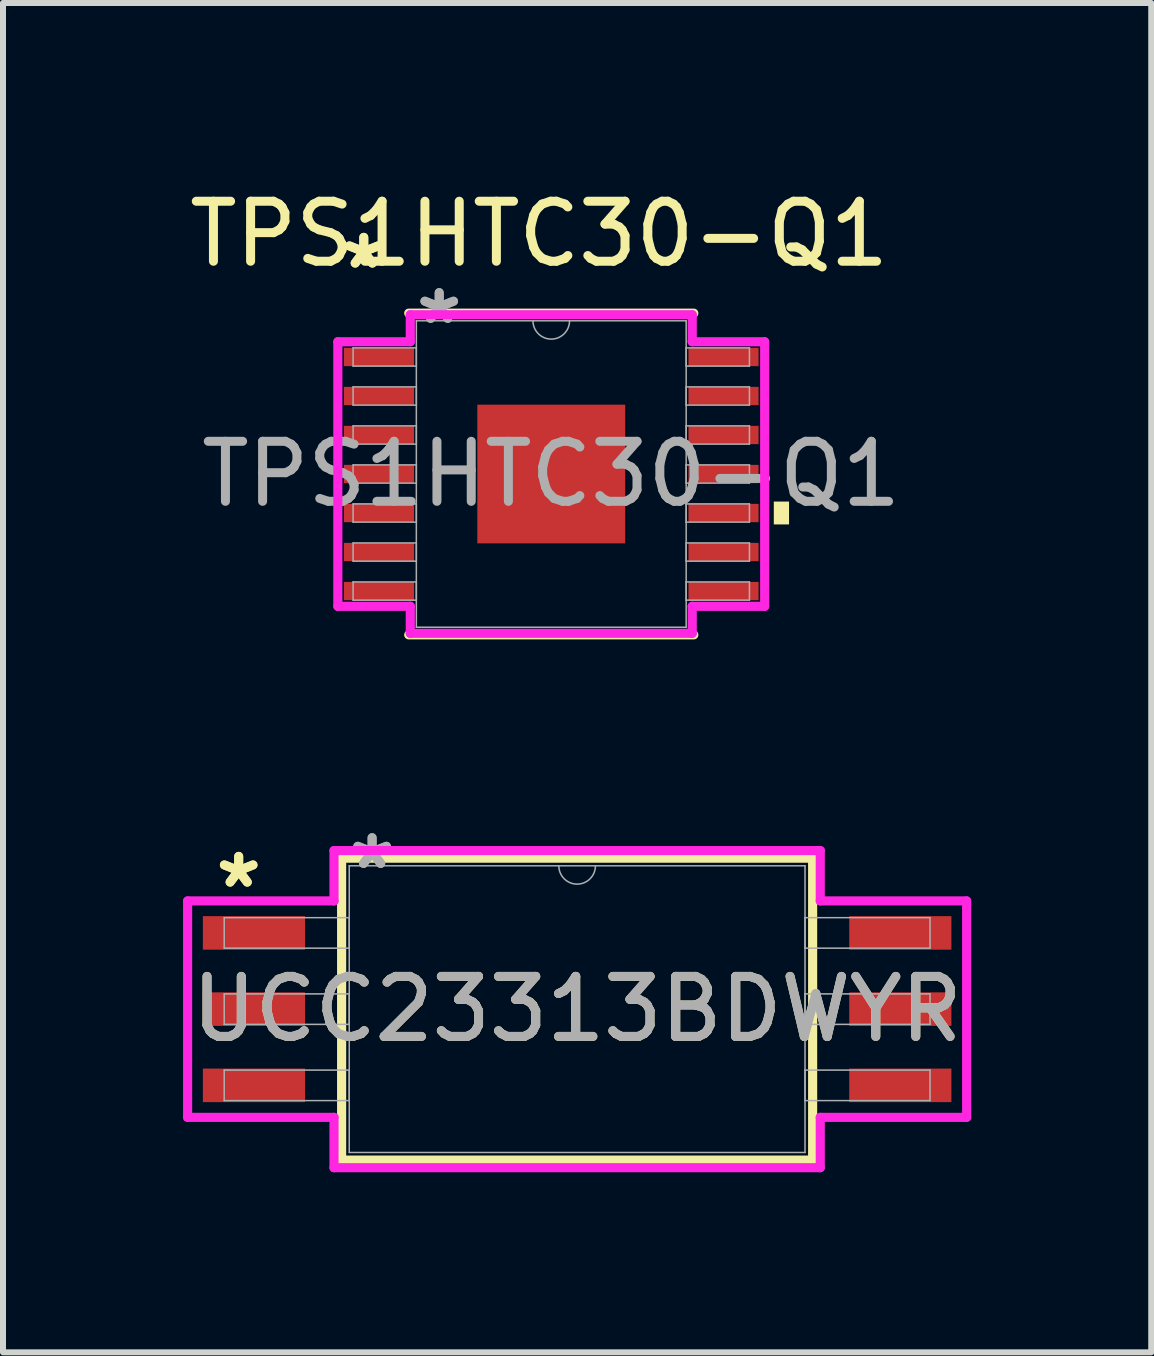
<source format=kicad_pcb>
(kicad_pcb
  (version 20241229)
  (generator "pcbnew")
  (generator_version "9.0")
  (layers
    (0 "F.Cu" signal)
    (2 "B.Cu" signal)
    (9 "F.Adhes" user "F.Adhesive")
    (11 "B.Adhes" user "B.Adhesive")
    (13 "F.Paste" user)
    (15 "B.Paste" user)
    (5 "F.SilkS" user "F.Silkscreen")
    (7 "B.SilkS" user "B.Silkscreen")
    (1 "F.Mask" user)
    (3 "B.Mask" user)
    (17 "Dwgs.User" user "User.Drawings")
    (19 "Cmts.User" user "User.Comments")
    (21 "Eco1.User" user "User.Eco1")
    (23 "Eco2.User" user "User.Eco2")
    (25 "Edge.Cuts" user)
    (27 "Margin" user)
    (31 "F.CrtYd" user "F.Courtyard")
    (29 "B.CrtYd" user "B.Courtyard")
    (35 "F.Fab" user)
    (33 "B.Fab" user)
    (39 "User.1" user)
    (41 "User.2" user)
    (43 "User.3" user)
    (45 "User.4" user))
  (footprint "TPS1HTC30-Q1"
    (layer "F.Cu")
    (at 6.135 4.848)
    (property "Reference" "TPS1HTC30-Q1" (at -0.2 -4 0) (unlocked yes) (layer "F.SilkS") (effects (font (size 1 1) (thickness 0.15))))
    (attr smd)
    (fp_line (start -2.375 2.68) (end 2.375 2.68) (stroke (width 0.152) (type solid)) (layer "F.SilkS"))
    (fp_line (start 2.375 -2.68) (end -2.375 -2.68) (stroke (width 0.152) (type solid)) (layer "F.SilkS"))
    (fp_poly (pts (xy 3.962 0.459) (xy 3.962 0.84) (xy 3.708 0.84) (xy 3.708 0.459)) (stroke (width 0) (type solid)) (fill yes) (layer "F.SilkS"))
    (fp_line (start -3.556 -2.204) (end -2.349 -2.204) (stroke (width 0.152) (type solid)) (layer "F.CrtYd"))
    (fp_line (start -3.556 2.204) (end -3.556 -2.204) (stroke (width 0.152) (type solid)) (layer "F.CrtYd"))
    (fp_line (start -3.556 2.204) (end -2.349 2.204) (stroke (width 0.152) (type solid)) (layer "F.CrtYd"))
    (fp_line (start -2.349 -2.654) (end 2.349 -2.654) (stroke (width 0.152) (type solid)) (layer "F.CrtYd"))
    (fp_line (start -2.349 -2.204) (end -2.349 -2.654) (stroke (width 0.152) (type solid)) (layer "F.CrtYd"))
    (fp_line (start -2.349 2.654) (end -2.349 2.204) (stroke (width 0.152) (type solid)) (layer "F.CrtYd"))
    (fp_line (start 2.349 -2.654) (end 2.349 -2.204) (stroke (width 0.152) (type solid)) (layer "F.CrtYd"))
    (fp_line (start 2.349 2.204) (end 2.349 2.654) (stroke (width 0.152) (type solid)) (layer "F.CrtYd"))
    (fp_line (start 2.349 2.654) (end -2.349 2.654) (stroke (width 0.152) (type solid)) (layer "F.CrtYd"))
    (fp_line (start 3.556 -2.204) (end 2.349 -2.204) (stroke (width 0.152) (type solid)) (layer "F.CrtYd"))
    (fp_line (start 3.556 -2.204) (end 3.556 2.204) (stroke (width 0.152) (type solid)) (layer "F.CrtYd"))
    (fp_line (start 3.556 2.204) (end 2.349 2.204) (stroke (width 0.152) (type solid)) (layer "F.CrtYd"))
    (fp_line (start -3.302 -2.102) (end -3.302 -1.798) (stroke (width 0.025) (type solid)) (layer "F.Fab"))
    (fp_line (start -3.302 -1.798) (end -2.248 -1.798) (stroke (width 0.025) (type solid)) (layer "F.Fab"))
    (fp_line (start -3.302 -1.452) (end -3.302 -1.148) (stroke (width 0.025) (type solid)) (layer "F.Fab"))
    (fp_line (start -3.302 -1.148) (end -2.248 -1.148) (stroke (width 0.025) (type solid)) (layer "F.Fab"))
    (fp_line (start -3.302 -0.802) (end -3.302 -0.498) (stroke (width 0.025) (type solid)) (layer "F.Fab"))
    (fp_line (start -3.302 -0.498) (end -2.248 -0.498) (stroke (width 0.025) (type solid)) (layer "F.Fab"))
    (fp_line (start -3.302 -0.152) (end -3.302 0.152) (stroke (width 0.025) (type solid)) (layer "F.Fab"))
    (fp_line (start -3.302 0.152) (end -2.248 0.152) (stroke (width 0.025) (type solid)) (layer "F.Fab"))
    (fp_line (start -3.302 0.498) (end -3.302 0.802) (stroke (width 0.025) (type solid)) (layer "F.Fab"))
    (fp_line (start -3.302 0.802) (end -2.248 0.802) (stroke (width 0.025) (type solid)) (layer "F.Fab"))
    (fp_line (start -3.302 1.148) (end -3.302 1.452) (stroke (width 0.025) (type solid)) (layer "F.Fab"))
    (fp_line (start -3.302 1.452) (end -2.248 1.452) (stroke (width 0.025) (type solid)) (layer "F.Fab"))
    (fp_line (start -3.302 1.798) (end -3.302 2.102) (stroke (width 0.025) (type solid)) (layer "F.Fab"))
    (fp_line (start -3.302 2.102) (end -2.248 2.102) (stroke (width 0.025) (type solid)) (layer "F.Fab"))
    (fp_line (start -2.248 -2.553) (end -2.248 2.553) (stroke (width 0.025) (type solid)) (layer "F.Fab"))
    (fp_line (start -2.248 -2.102) (end -3.302 -2.102) (stroke (width 0.025) (type solid)) (layer "F.Fab"))
    (fp_line (start -2.248 -1.798) (end -2.248 -2.102) (stroke (width 0.025) (type solid)) (layer "F.Fab"))
    (fp_line (start -2.248 -1.452) (end -3.302 -1.452) (stroke (width 0.025) (type solid)) (layer "F.Fab"))
    (fp_line (start -2.248 -1.148) (end -2.248 -1.452) (stroke (width 0.025) (type solid)) (layer "F.Fab"))
    (fp_line (start -2.248 -0.802) (end -3.302 -0.802) (stroke (width 0.025) (type solid)) (layer "F.Fab"))
    (fp_line (start -2.248 -0.498) (end -2.248 -0.802) (stroke (width 0.025) (type solid)) (layer "F.Fab"))
    (fp_line (start -2.248 -0.152) (end -3.302 -0.152) (stroke (width 0.025) (type solid)) (layer "F.Fab"))
    (fp_line (start -2.248 0.152) (end -2.248 -0.152) (stroke (width 0.025) (type solid)) (layer "F.Fab"))
    (fp_line (start -2.248 0.498) (end -3.302 0.498) (stroke (width 0.025) (type solid)) (layer "F.Fab"))
    (fp_line (start -2.248 0.802) (end -2.248 0.498) (stroke (width 0.025) (type solid)) (layer "F.Fab"))
    (fp_line (start -2.248 1.148) (end -3.302 1.148) (stroke (width 0.025) (type solid)) (layer "F.Fab"))
    (fp_line (start -2.248 1.452) (end -2.248 1.148) (stroke (width 0.025) (type solid)) (layer "F.Fab"))
    (fp_line (start -2.248 1.798) (end -3.302 1.798) (stroke (width 0.025) (type solid)) (layer "F.Fab"))
    (fp_line (start -2.248 2.102) (end -2.248 1.798) (stroke (width 0.025) (type solid)) (layer "F.Fab"))
    (fp_line (start -2.248 2.553) (end 2.248 2.553) (stroke (width 0.025) (type solid)) (layer "F.Fab"))
    (fp_line (start 2.248 -2.553) (end -2.248 -2.553) (stroke (width 0.025) (type solid)) (layer "F.Fab"))
    (fp_line (start 2.248 -2.102) (end 2.248 -1.798) (stroke (width 0.025) (type solid)) (layer "F.Fab"))
    (fp_line (start 2.248 -1.798) (end 3.302 -1.798) (stroke (width 0.025) (type solid)) (layer "F.Fab"))
    (fp_line (start 2.248 -1.452) (end 2.248 -1.148) (stroke (width 0.025) (type solid)) (layer "F.Fab"))
    (fp_line (start 2.248 -1.148) (end 3.302 -1.148) (stroke (width 0.025) (type solid)) (layer "F.Fab"))
    (fp_line (start 2.248 -0.802) (end 2.248 -0.498) (stroke (width 0.025) (type solid)) (layer "F.Fab"))
    (fp_line (start 2.248 -0.498) (end 3.302 -0.498) (stroke (width 0.025) (type solid)) (layer "F.Fab"))
    (fp_line (start 2.248 -0.152) (end 2.248 0.152) (stroke (width 0.025) (type solid)) (layer "F.Fab"))
    (fp_line (start 2.248 0.152) (end 3.302 0.152) (stroke (width 0.025) (type solid)) (layer "F.Fab"))
    (fp_line (start 2.248 0.498) (end 2.248 0.802) (stroke (width 0.025) (type solid)) (layer "F.Fab"))
    (fp_line (start 2.248 0.802) (end 3.302 0.802) (stroke (width 0.025) (type solid)) (layer "F.Fab"))
    (fp_line (start 2.248 1.148) (end 2.248 1.452) (stroke (width 0.025) (type solid)) (layer "F.Fab"))
    (fp_line (start 2.248 1.452) (end 3.302 1.452) (stroke (width 0.025) (type solid)) (layer "F.Fab"))
    (fp_line (start 2.248 1.798) (end 2.248 2.102) (stroke (width 0.025) (type solid)) (layer "F.Fab"))
    (fp_line (start 2.248 2.102) (end 3.302 2.102) (stroke (width 0.025) (type solid)) (layer "F.Fab"))
    (fp_line (start 2.248 2.553) (end 2.248 -2.553) (stroke (width 0.025) (type solid)) (layer "F.Fab"))
    (fp_line (start 3.302 -2.102) (end 2.248 -2.102) (stroke (width 0.025) (type solid)) (layer "F.Fab"))
    (fp_line (start 3.302 -1.798) (end 3.302 -2.102) (stroke (width 0.025) (type solid)) (layer "F.Fab"))
    (fp_line (start 3.302 -1.452) (end 2.248 -1.452) (stroke (width 0.025) (type solid)) (layer "F.Fab"))
    (fp_line (start 3.302 -1.148) (end 3.302 -1.452) (stroke (width 0.025) (type solid)) (layer "F.Fab"))
    (fp_line (start 3.302 -0.802) (end 2.248 -0.802) (stroke (width 0.025) (type solid)) (layer "F.Fab"))
    (fp_line (start 3.302 -0.498) (end 3.302 -0.802) (stroke (width 0.025) (type solid)) (layer "F.Fab"))
    (fp_line (start 3.302 -0.152) (end 2.248 -0.152) (stroke (width 0.025) (type solid)) (layer "F.Fab"))
    (fp_line (start 3.302 0.152) (end 3.302 -0.152) (stroke (width 0.025) (type solid)) (layer "F.Fab"))
    (fp_line (start 3.302 0.498) (end 2.248 0.498) (stroke (width 0.025) (type solid)) (layer "F.Fab"))
    (fp_line (start 3.302 0.802) (end 3.302 0.498) (stroke (width 0.025) (type solid)) (layer "F.Fab"))
    (fp_line (start 3.302 1.148) (end 2.248 1.148) (stroke (width 0.025) (type solid)) (layer "F.Fab"))
    (fp_line (start 3.302 1.452) (end 3.302 1.148) (stroke (width 0.025) (type solid)) (layer "F.Fab"))
    (fp_line (start 3.302 1.798) (end 2.248 1.798) (stroke (width 0.025) (type solid)) (layer "F.Fab"))
    (fp_line (start 3.302 2.102) (end 3.302 1.798) (stroke (width 0.025) (type solid)) (layer "F.Fab"))
    (fp_arc (start 0.3048 -2.5527) (mid 0 -2.2479) (end -0.3048 -2.5527) (stroke (width 0.0254) (type solid)) (layer "F.Fab"))
    (fp_text user "*" (at -3.124 -3.398 0) (layer "F.SilkS") (effects (font (size 1 1) (thickness 0.15))))
    (fp_text user "*" (at -3.124 -3.398 0) (unlocked yes) (layer "F.SilkS") (effects (font (size 1 1) (thickness 0.15))))
    (fp_text user "${REFERENCE}" (at 0 0 0) (unlocked yes) (layer "F.Fab") (effects (font (size 1 1) (thickness 0.15))))
    (fp_text user "*" (at -1.867 -2.477 0) (layer "F.Fab") (effects (font (size 1 1) (thickness 0.15))))
    (fp_text user "*" (at -1.867 -2.477 0) (unlocked yes) (layer "F.Fab") (effects (font (size 1 1) (thickness 0.15))))
    (pad "1" smd rect (at -2.87 -1.95) (size 1.168 0.305) (layers "F.Cu" "F.Mask" "F.Paste"))
    (pad "1" smd rect (at 0 0) (size 2.464 2.311) (layers "F.Cu" "F.Mask" "F.Paste"))
    (pad "2" smd rect (at -2.87 -1.3) (size 1.168 0.305) (layers "F.Cu" "F.Mask" "F.Paste"))
    (pad "3" smd rect (at -2.87 -0.65) (size 1.168 0.305) (layers "F.Cu" "F.Mask" "F.Paste"))
    (pad "4" smd rect (at -2.87 0) (size 1.168 0.305) (layers "F.Cu" "F.Mask" "F.Paste"))
    (pad "5" smd rect (at -2.87 0.65) (size 1.168 0.305) (layers "F.Cu" "F.Mask" "F.Paste"))
    (pad "6" smd rect (at -2.87 1.3) (size 1.168 0.305) (layers "F.Cu" "F.Mask" "F.Paste"))
    (pad "7" smd rect (at -2.87 1.95) (size 1.168 0.305) (layers "F.Cu" "F.Mask" "F.Paste"))
    (pad "8" smd rect (at 2.87 1.95) (size 1.168 0.305) (layers "F.Cu" "F.Mask" "F.Paste"))
    (pad "9" smd rect (at 2.87 1.3) (size 1.168 0.305) (layers "F.Cu" "F.Mask" "F.Paste"))
    (pad "10" smd rect (at 2.87 0.65) (size 1.168 0.305) (layers "F.Cu" "F.Mask" "F.Paste"))
    (pad "11" smd rect (at 2.87 0) (size 1.168 0.305) (layers "F.Cu" "F.Mask" "F.Paste"))
    (pad "12" smd rect (at 2.87 -0.65) (size 1.168 0.305) (layers "F.Cu" "F.Mask" "F.Paste"))
    (pad "13" smd rect (at 2.87 -1.3) (size 1.168 0.305) (layers "F.Cu" "F.Mask" "F.Paste"))
    (pad "14" smd rect (at 2.87 -1.95) (size 1.168 0.305) (layers "F.Cu" "F.Mask" "F.Paste")))
  (footprint "UCC23313BDWYR"
    (layer "F.Cu")
    (at 6.566 13.764)
    (property "Reference" "UCC23313BDWYR" (at 0 0 0) (unlocked yes) (layer "F.SilkS") (effects (font (size 1 1) (thickness 0.15))))
    (attr smd)
    (fp_line (start -3.924 -2.515) (end -3.924 2.515) (stroke (width 0.152) (type solid)) (layer "F.SilkS"))
    (fp_line (start -3.924 2.515) (end 3.924 2.515) (stroke (width 0.152) (type solid)) (layer "F.SilkS"))
    (fp_line (start 3.924 -2.515) (end -3.924 -2.515) (stroke (width 0.152) (type solid)) (layer "F.SilkS"))
    (fp_line (start 3.924 2.515) (end 3.924 -2.515) (stroke (width 0.152) (type solid)) (layer "F.SilkS"))
    (fp_line (start -6.49 -1.803) (end -4.051 -1.803) (stroke (width 0.152) (type solid)) (layer "F.CrtYd"))
    (fp_line (start -6.49 1.803) (end -6.49 -1.803) (stroke (width 0.152) (type solid)) (layer "F.CrtYd"))
    (fp_line (start -6.49 1.803) (end -4.051 1.803) (stroke (width 0.152) (type solid)) (layer "F.CrtYd"))
    (fp_line (start -4.051 -2.642) (end 4.051 -2.642) (stroke (width 0.152) (type solid)) (layer "F.CrtYd"))
    (fp_line (start -4.051 -1.803) (end -4.051 -2.642) (stroke (width 0.152) (type solid)) (layer "F.CrtYd"))
    (fp_line (start -4.051 2.642) (end -4.051 1.803) (stroke (width 0.152) (type solid)) (layer "F.CrtYd"))
    (fp_line (start 4.051 -2.642) (end 4.051 -1.803) (stroke (width 0.152) (type solid)) (layer "F.CrtYd"))
    (fp_line (start 4.051 1.803) (end 4.051 2.642) (stroke (width 0.152) (type solid)) (layer "F.CrtYd"))
    (fp_line (start 4.051 2.642) (end -4.051 2.642) (stroke (width 0.152) (type solid)) (layer "F.CrtYd"))
    (fp_line (start 6.49 -1.803) (end 4.051 -1.803) (stroke (width 0.152) (type solid)) (layer "F.CrtYd"))
    (fp_line (start 6.49 -1.803) (end 6.49 1.803) (stroke (width 0.152) (type solid)) (layer "F.CrtYd"))
    (fp_line (start 6.49 1.803) (end 4.051 1.803) (stroke (width 0.152) (type solid)) (layer "F.CrtYd"))
    (fp_line (start -5.88 -1.524) (end -5.88 -1.016) (stroke (width 0.025) (type solid)) (layer "F.Fab"))
    (fp_line (start -5.88 -1.016) (end -3.797 -1.016) (stroke (width 0.025) (type solid)) (layer "F.Fab"))
    (fp_line (start -5.88 -0.254) (end -5.88 0.254) (stroke (width 0.025) (type solid)) (layer "F.Fab"))
    (fp_line (start -5.88 0.254) (end -3.797 0.254) (stroke (width 0.025) (type solid)) (layer "F.Fab"))
    (fp_line (start -5.88 1.016) (end -5.88 1.524) (stroke (width 0.025) (type solid)) (layer "F.Fab"))
    (fp_line (start -5.88 1.524) (end -3.797 1.524) (stroke (width 0.025) (type solid)) (layer "F.Fab"))
    (fp_line (start -3.797 -2.388) (end -3.797 2.388) (stroke (width 0.025) (type solid)) (layer "F.Fab"))
    (fp_line (start -3.797 -1.524) (end -5.88 -1.524) (stroke (width 0.025) (type solid)) (layer "F.Fab"))
    (fp_line (start -3.797 -1.016) (end -3.797 -1.524) (stroke (width 0.025) (type solid)) (layer "F.Fab"))
    (fp_line (start -3.797 -0.254) (end -5.88 -0.254) (stroke (width 0.025) (type solid)) (layer "F.Fab"))
    (fp_line (start -3.797 0.254) (end -3.797 -0.254) (stroke (width 0.025) (type solid)) (layer "F.Fab"))
    (fp_line (start -3.797 1.016) (end -5.88 1.016) (stroke (width 0.025) (type solid)) (layer "F.Fab"))
    (fp_line (start -3.797 1.524) (end -3.797 1.016) (stroke (width 0.025) (type solid)) (layer "F.Fab"))
    (fp_line (start -3.797 2.388) (end 3.797 2.388) (stroke (width 0.025) (type solid)) (layer "F.Fab"))
    (fp_line (start 3.797 -2.388) (end -3.797 -2.388) (stroke (width 0.025) (type solid)) (layer "F.Fab"))
    (fp_line (start 3.797 -1.524) (end 3.797 -1.016) (stroke (width 0.025) (type solid)) (layer "F.Fab"))
    (fp_line (start 3.797 -1.016) (end 5.88 -1.016) (stroke (width 0.025) (type solid)) (layer "F.Fab"))
    (fp_line (start 3.797 -0.254) (end 3.797 0.254) (stroke (width 0.025) (type solid)) (layer "F.Fab"))
    (fp_line (start 3.797 0.254) (end 5.88 0.254) (stroke (width 0.025) (type solid)) (layer "F.Fab"))
    (fp_line (start 3.797 1.016) (end 3.797 1.524) (stroke (width 0.025) (type solid)) (layer "F.Fab"))
    (fp_line (start 3.797 1.524) (end 5.88 1.524) (stroke (width 0.025) (type solid)) (layer "F.Fab"))
    (fp_line (start 3.797 2.388) (end 3.797 -2.388) (stroke (width 0.025) (type solid)) (layer "F.Fab"))
    (fp_line (start 5.88 -1.524) (end 3.797 -1.524) (stroke (width 0.025) (type solid)) (layer "F.Fab"))
    (fp_line (start 5.88 -1.016) (end 5.88 -1.524) (stroke (width 0.025) (type solid)) (layer "F.Fab"))
    (fp_line (start 5.88 -0.254) (end 3.797 -0.254) (stroke (width 0.025) (type solid)) (layer "F.Fab"))
    (fp_line (start 5.88 0.254) (end 5.88 -0.254) (stroke (width 0.025) (type solid)) (layer "F.Fab"))
    (fp_line (start 5.88 1.016) (end 3.797 1.016) (stroke (width 0.025) (type solid)) (layer "F.Fab"))
    (fp_line (start 5.88 1.524) (end 5.88 1.016) (stroke (width 0.025) (type solid)) (layer "F.Fab"))
    (fp_arc (start 0.3048 -2.3876) (mid 0 -2.0828) (end -0.3048 -2.3876) (stroke (width 0.0254) (type solid)) (layer "F.Fab"))
    (fp_text user "*" (at -5.639 -2 0) (unlocked yes) (layer "F.SilkS") (effects (font (size 1 1) (thickness 0.15))))
    (fp_text user "*" (at -5.639 -2 0) (layer "F.SilkS") (effects (font (size 1 1) (thickness 0.15))))
    (fp_text user "*" (at -3.416 -2.311 0) (layer "F.Fab") (effects (font (size 1 1) (thickness 0.15))))
    (fp_text user "*" (at -3.416 -2.311 0) (unlocked yes) (layer "F.Fab") (effects (font (size 1 1) (thickness 0.15))))
    (fp_text user "${REFERENCE}" (at 0 0 0) (unlocked yes) (layer "F.Fab") (effects (font (size 1 1) (thickness 0.15))))
    (pad "1" smd rect (at -5.385 -1.27) (size 1.702 0.559) (layers "F.Cu" "F.Mask" "F.Paste"))
    (pad "2" smd rect (at -5.385 0) (size 1.702 0.559) (layers "F.Cu" "F.Mask" "F.Paste"))
    (pad "3" smd rect (at -5.385 1.27) (size 1.702 0.559) (layers "F.Cu" "F.Mask" "F.Paste"))
    (pad "4" smd rect (at 5.385 1.27) (size 1.702 0.559) (layers "F.Cu" "F.Mask" "F.Paste"))
    (pad "5" smd rect (at 5.385 0) (size 1.702 0.559) (layers "F.Cu" "F.Mask" "F.Paste"))
    (pad "6" smd rect (at 5.385 -1.27) (size 1.702 0.559) (layers "F.Cu" "F.Mask" "F.Paste")))
  (gr_rect
    (start -3 -3)
    (end 16.132 19.482)
    (stroke (width 0.1) (type default))
    (fill no)
    (layer "Edge.Cuts")))
</source>
